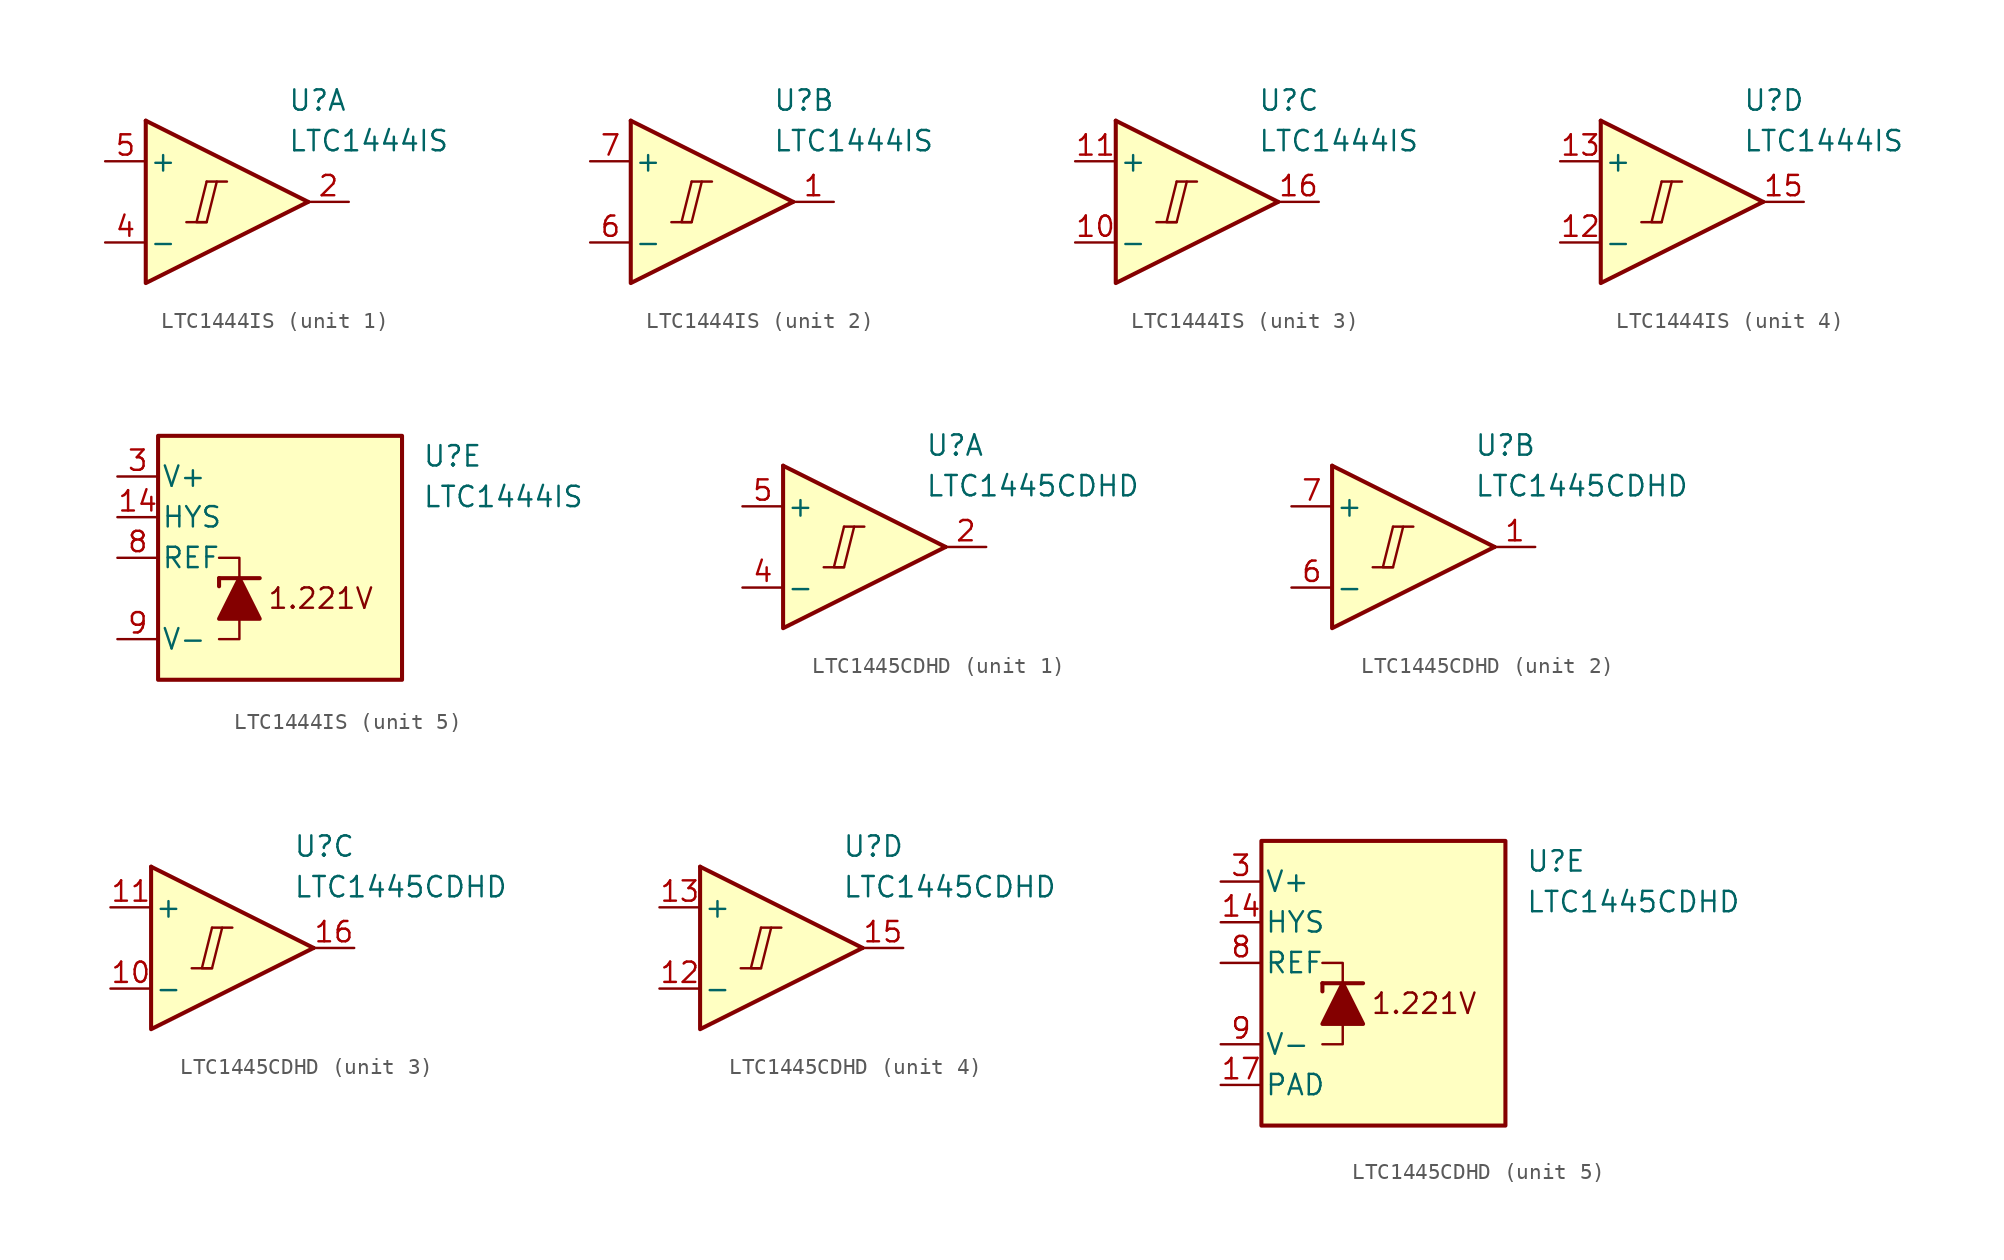
<source format=kicad_sym>
(kicad_symbol_lib
  (version 20231120)
  (generator "kicad_symbol_editor")
  (generator_version "8.0")
  (symbol "LTC1444IS"
    (pin_names
      (offset 0.2))
    (property "Reference" "U"
      (at 5.08 6.35 0)
      (effects (font (size 1.27 1.27)) (justify left)))
    (property "Value" "LTC1444IS"
      (at 5.08 3.81 0)
      (effects (font (size 1.27 1.27)) (justify left)))
    (property "ki_locked" ""
      (at 0 0 0)
      (effects (font (size 1.27 1.27))))
    (symbol "LTC1444IS_1_0"
      (polyline (pts (xy -1.27 -1.27) (xy 0 -1.27)) (stroke (width 0.152) (type default)) (fill (type none)))
      (polyline (pts (xy 0 1.27) (xy 1.27 1.27)) (stroke (width 0.152) (type default)) (fill (type none)))
      (polyline (pts (xy 0 1.27) (xy -0.635 -1.27) (xy 0 -1.27) (xy 0.635 1.27)) (stroke (width 0.152) (type default)) (fill (type none))))
    (symbol "LTC1444IS_1_1"
      (polyline (pts (xy -3.81 5.08) (xy 6.35 0)) (stroke (width 0.254) (type default)) (fill (type none)))
      (polyline (pts (xy -3.81 5.08) (xy -3.81 -5.08) (xy 6.35 0)) (stroke (width 0.254) (type default)) (fill (type background)))
      (pin output line (at 8.89 0 180) (length 2.54) (name "~" (effects (font (size 1.27 1.27)))) (number "2" (effects (font (size 1.27 1.27)))))
      (pin input line (at -6.35 -2.54 0) (length 2.54) (name "-" (effects (font (size 1.27 1.27)))) (number "4" (effects (font (size 1.27 1.27)))))
      (pin input line (at -6.35 2.54 0) (length 2.54) (name "+" (effects (font (size 1.27 1.27)))) (number "5" (effects (font (size 1.27 1.27))))))
    (symbol "LTC1444IS_2_0"
      (polyline (pts (xy -1.27 -1.27) (xy 0 -1.27)) (stroke (width 0.152) (type default)) (fill (type none)))
      (polyline (pts (xy 0 1.27) (xy 1.27 1.27)) (stroke (width 0.152) (type default)) (fill (type none)))
      (polyline (pts (xy 0 1.27) (xy -0.635 -1.27) (xy 0 -1.27) (xy 0.635 1.27)) (stroke (width 0.152) (type default)) (fill (type none))))
    (symbol "LTC1444IS_2_1"
      (polyline (pts (xy -3.81 5.08) (xy 6.35 0)) (stroke (width 0.254) (type default)) (fill (type none)))
      (polyline (pts (xy -3.81 5.08) (xy -3.81 -5.08) (xy 6.35 0)) (stroke (width 0.254) (type default)) (fill (type background)))
      (pin output line (at 8.89 0 180) (length 2.54) (name "~" (effects (font (size 1.27 1.27)))) (number "1" (effects (font (size 1.27 1.27)))))
      (pin input line (at -6.35 -2.54 0) (length 2.54) (name "-" (effects (font (size 1.27 1.27)))) (number "6" (effects (font (size 1.27 1.27)))))
      (pin input line (at -6.35 2.54 0) (length 2.54) (name "+" (effects (font (size 1.27 1.27)))) (number "7" (effects (font (size 1.27 1.27))))))
    (symbol "LTC1444IS_3_0"
      (polyline (pts (xy -1.27 -1.27) (xy 0 -1.27)) (stroke (width 0.152) (type default)) (fill (type none)))
      (polyline (pts (xy 0 1.27) (xy 1.27 1.27)) (stroke (width 0.152) (type default)) (fill (type none)))
      (polyline (pts (xy 0 1.27) (xy -0.635 -1.27) (xy 0 -1.27) (xy 0.635 1.27)) (stroke (width 0.152) (type default)) (fill (type none))))
    (symbol "LTC1444IS_3_1"
      (polyline (pts (xy -3.81 5.08) (xy 6.35 0)) (stroke (width 0.254) (type default)) (fill (type none)))
      (polyline (pts (xy -3.81 5.08) (xy -3.81 -5.08) (xy 6.35 0)) (stroke (width 0.254) (type default)) (fill (type background)))
      (pin input line (at -6.35 -2.54 0) (length 2.54) (name "-" (effects (font (size 1.27 1.27)))) (number "10" (effects (font (size 1.27 1.27)))))
      (pin input line (at -6.35 2.54 0) (length 2.54) (name "+" (effects (font (size 1.27 1.27)))) (number "11" (effects (font (size 1.27 1.27)))))
      (pin output line (at 8.89 0 180) (length 2.54) (name "~" (effects (font (size 1.27 1.27)))) (number "16" (effects (font (size 1.27 1.27))))))
    (symbol "LTC1444IS_4_0"
      (polyline (pts (xy -1.27 -1.27) (xy 0 -1.27)) (stroke (width 0.152) (type default)) (fill (type none)))
      (polyline (pts (xy 0 1.27) (xy 1.27 1.27)) (stroke (width 0.152) (type default)) (fill (type none)))
      (polyline (pts (xy 0 1.27) (xy -0.635 -1.27) (xy 0 -1.27) (xy 0.635 1.27)) (stroke (width 0.152) (type default)) (fill (type none))))
    (symbol "LTC1444IS_4_1"
      (polyline (pts (xy -3.81 5.08) (xy 6.35 0)) (stroke (width 0.254) (type default)) (fill (type none)))
      (polyline (pts (xy -3.81 5.08) (xy -3.81 -5.08) (xy 6.35 0)) (stroke (width 0.254) (type default)) (fill (type background)))
      (pin input line (at -6.35 -2.54 0) (length 2.54) (name "-" (effects (font (size 1.27 1.27)))) (number "12" (effects (font (size 1.27 1.27)))))
      (pin input line (at -6.35 2.54 0) (length 2.54) (name "+" (effects (font (size 1.27 1.27)))) (number "13" (effects (font (size 1.27 1.27)))))
      (pin output line (at 8.89 0 180) (length 2.54) (name "~" (effects (font (size 1.27 1.27)))) (number "15" (effects (font (size 1.27 1.27))))))
    (symbol "LTC1444IS_5_0"
      (text "1.221V" (at -1.27 -2.54 0) (effects (font (size 1.27 1.27)))))
    (symbol "LTC1444IS_5_1"
      (rectangle (start -11.43 7.62) (end 3.81 -7.62) (stroke (width 0.254) (type default)) (fill (type background)))
      (polyline (pts (xy -7.62 -1.27) (xy -7.62 -1.778)) (stroke (width 0.254) (type default)) (fill (type none)))
      (polyline (pts (xy -7.62 -1.27) (xy -5.08 -1.27)) (stroke (width 0.254) (type default)) (fill (type none)))
      (polyline (pts (xy -6.35 -3.81) (xy -6.35 -5.08) (xy -7.62 -5.08)) (stroke (width 0) (type default)) (fill (type none)))
      (polyline (pts (xy -6.35 -1.27) (xy -6.35 0) (xy -7.62 0)) (stroke (width 0) (type default)) (fill (type none)))
      (polyline (pts (xy -5.08 -3.81) (xy -7.62 -3.81) (xy -6.35 -1.27) (xy -5.08 -3.81)) (stroke (width 0.254) (type default)) (fill (type outline)))
      (pin input line (at -13.97 2.54 0) (length 2.54) (name "HYS" (effects (font (size 1.27 1.27)))) (number "14" (effects (font (size 1.27 1.27)))))
      (pin power_in line (at -13.97 5.08 0) (length 2.54) (name "V+" (effects (font (size 1.27 1.27)))) (number "3" (effects (font (size 1.27 1.27)))))
      (pin output line (at -13.97 0 0) (length 2.54) (name "REF" (effects (font (size 1.27 1.27)))) (number "8" (effects (font (size 1.27 1.27)))))
      (pin power_in line (at -13.97 -5.08 0) (length 2.54) (name "V-" (effects (font (size 1.27 1.27)))) (number "9" (effects (font (size 1.27 1.27)))))))
  (symbol "LTC1445CDHD"
    (pin_names
      (offset 0.2))
    (property "Reference" "U"
      (at 5.08 6.35 0)
      (effects (font (size 1.27 1.27)) (justify left)))
    (property "Value" "LTC1445CDHD"
      (at 5.08 3.81 0)
      (effects (font (size 1.27 1.27)) (justify left)))
    (property "ki_locked" ""
      (at 0 0 0)
      (effects (font (size 1.27 1.27))))
    (symbol "LTC1445CDHD_1_0"
      (polyline (pts (xy -1.27 -1.27) (xy 0 -1.27)) (stroke (width 0.152) (type default)) (fill (type none)))
      (polyline (pts (xy 0 1.27) (xy 1.27 1.27)) (stroke (width 0.152) (type default)) (fill (type none)))
      (polyline (pts (xy 0 1.27) (xy -0.635 -1.27) (xy 0 -1.27) (xy 0.635 1.27)) (stroke (width 0.152) (type default)) (fill (type none))))
    (symbol "LTC1445CDHD_1_1"
      (polyline (pts (xy -3.81 5.08) (xy 6.35 0)) (stroke (width 0.254) (type default)) (fill (type none)))
      (polyline (pts (xy -3.81 5.08) (xy -3.81 -5.08) (xy 6.35 0)) (stroke (width 0.254) (type default)) (fill (type background)))
      (pin output line (at 8.89 0 180) (length 2.54) (name "~" (effects (font (size 1.27 1.27)))) (number "2" (effects (font (size 1.27 1.27)))))
      (pin input line (at -6.35 -2.54 0) (length 2.54) (name "-" (effects (font (size 1.27 1.27)))) (number "4" (effects (font (size 1.27 1.27)))))
      (pin input line (at -6.35 2.54 0) (length 2.54) (name "+" (effects (font (size 1.27 1.27)))) (number "5" (effects (font (size 1.27 1.27))))))
    (symbol "LTC1445CDHD_2_0"
      (polyline (pts (xy -1.27 -1.27) (xy 0 -1.27)) (stroke (width 0.152) (type default)) (fill (type none)))
      (polyline (pts (xy 0 1.27) (xy 1.27 1.27)) (stroke (width 0.152) (type default)) (fill (type none)))
      (polyline (pts (xy 0 1.27) (xy -0.635 -1.27) (xy 0 -1.27) (xy 0.635 1.27)) (stroke (width 0.152) (type default)) (fill (type none))))
    (symbol "LTC1445CDHD_2_1"
      (polyline (pts (xy -3.81 5.08) (xy 6.35 0)) (stroke (width 0.254) (type default)) (fill (type none)))
      (polyline (pts (xy -3.81 5.08) (xy -3.81 -5.08) (xy 6.35 0)) (stroke (width 0.254) (type default)) (fill (type background)))
      (pin output line (at 8.89 0 180) (length 2.54) (name "~" (effects (font (size 1.27 1.27)))) (number "1" (effects (font (size 1.27 1.27)))))
      (pin input line (at -6.35 -2.54 0) (length 2.54) (name "-" (effects (font (size 1.27 1.27)))) (number "6" (effects (font (size 1.27 1.27)))))
      (pin input line (at -6.35 2.54 0) (length 2.54) (name "+" (effects (font (size 1.27 1.27)))) (number "7" (effects (font (size 1.27 1.27))))))
    (symbol "LTC1445CDHD_3_0"
      (polyline (pts (xy -1.27 -1.27) (xy 0 -1.27)) (stroke (width 0.152) (type default)) (fill (type none)))
      (polyline (pts (xy 0 1.27) (xy 1.27 1.27)) (stroke (width 0.152) (type default)) (fill (type none)))
      (polyline (pts (xy 0 1.27) (xy -0.635 -1.27) (xy 0 -1.27) (xy 0.635 1.27)) (stroke (width 0.152) (type default)) (fill (type none))))
    (symbol "LTC1445CDHD_3_1"
      (polyline (pts (xy -3.81 5.08) (xy 6.35 0)) (stroke (width 0.254) (type default)) (fill (type none)))
      (polyline (pts (xy -3.81 5.08) (xy -3.81 -5.08) (xy 6.35 0)) (stroke (width 0.254) (type default)) (fill (type background)))
      (pin input line (at -6.35 -2.54 0) (length 2.54) (name "-" (effects (font (size 1.27 1.27)))) (number "10" (effects (font (size 1.27 1.27)))))
      (pin input line (at -6.35 2.54 0) (length 2.54) (name "+" (effects (font (size 1.27 1.27)))) (number "11" (effects (font (size 1.27 1.27)))))
      (pin output line (at 8.89 0 180) (length 2.54) (name "~" (effects (font (size 1.27 1.27)))) (number "16" (effects (font (size 1.27 1.27))))))
    (symbol "LTC1445CDHD_4_0"
      (polyline (pts (xy -1.27 -1.27) (xy 0 -1.27)) (stroke (width 0.152) (type default)) (fill (type none)))
      (polyline (pts (xy 0 1.27) (xy 1.27 1.27)) (stroke (width 0.152) (type default)) (fill (type none)))
      (polyline (pts (xy 0 1.27) (xy -0.635 -1.27) (xy 0 -1.27) (xy 0.635 1.27)) (stroke (width 0.152) (type default)) (fill (type none))))
    (symbol "LTC1445CDHD_4_1"
      (polyline (pts (xy -3.81 5.08) (xy 6.35 0)) (stroke (width 0.254) (type default)) (fill (type none)))
      (polyline (pts (xy -3.81 5.08) (xy -3.81 -5.08) (xy 6.35 0)) (stroke (width 0.254) (type default)) (fill (type background)))
      (pin input line (at -6.35 -2.54 0) (length 2.54) (name "-" (effects (font (size 1.27 1.27)))) (number "12" (effects (font (size 1.27 1.27)))))
      (pin input line (at -6.35 2.54 0) (length 2.54) (name "+" (effects (font (size 1.27 1.27)))) (number "13" (effects (font (size 1.27 1.27)))))
      (pin output line (at 8.89 0 180) (length 2.54) (name "~" (effects (font (size 1.27 1.27)))) (number "15" (effects (font (size 1.27 1.27))))))
    (symbol "LTC1445CDHD_5_0"
      (text "1.221V" (at -1.27 -2.54 0) (effects (font (size 1.27 1.27)))))
    (symbol "LTC1445CDHD_5_1"
      (rectangle (start -11.43 7.62) (end 3.81 -10.16) (stroke (width 0.254) (type default)) (fill (type background)))
      (polyline (pts (xy -7.62 -1.27) (xy -7.62 -1.778)) (stroke (width 0.254) (type default)) (fill (type none)))
      (polyline (pts (xy -7.62 -1.27) (xy -5.08 -1.27)) (stroke (width 0.254) (type default)) (fill (type none)))
      (polyline (pts (xy -6.35 -3.81) (xy -6.35 -5.08) (xy -7.62 -5.08)) (stroke (width 0) (type default)) (fill (type none)))
      (polyline (pts (xy -6.35 -1.27) (xy -6.35 0) (xy -7.62 0)) (stroke (width 0) (type default)) (fill (type none)))
      (polyline (pts (xy -5.08 -3.81) (xy -7.62 -3.81) (xy -6.35 -1.27) (xy -5.08 -3.81)) (stroke (width 0.254) (type default)) (fill (type outline)))
      (pin input line (at -13.97 2.54 0) (length 2.54) (name "HYS" (effects (font (size 1.27 1.27)))) (number "14" (effects (font (size 1.27 1.27)))))
      (pin power_in line (at -13.97 -7.62 0) (length 2.54) (name "PAD" (effects (font (size 1.27 1.27)))) (number "17" (effects (font (size 1.27 1.27)))))
      (pin power_in line (at -13.97 5.08 0) (length 2.54) (name "V+" (effects (font (size 1.27 1.27)))) (number "3" (effects (font (size 1.27 1.27)))))
      (pin output line (at -13.97 0 0) (length 2.54) (name "REF" (effects (font (size 1.27 1.27)))) (number "8" (effects (font (size 1.27 1.27)))))
      (pin power_in line (at -13.97 -5.08 0) (length 2.54) (name "V-" (effects (font (size 1.27 1.27)))) (number "9" (effects (font (size 1.27 1.27))))))))
</source>
